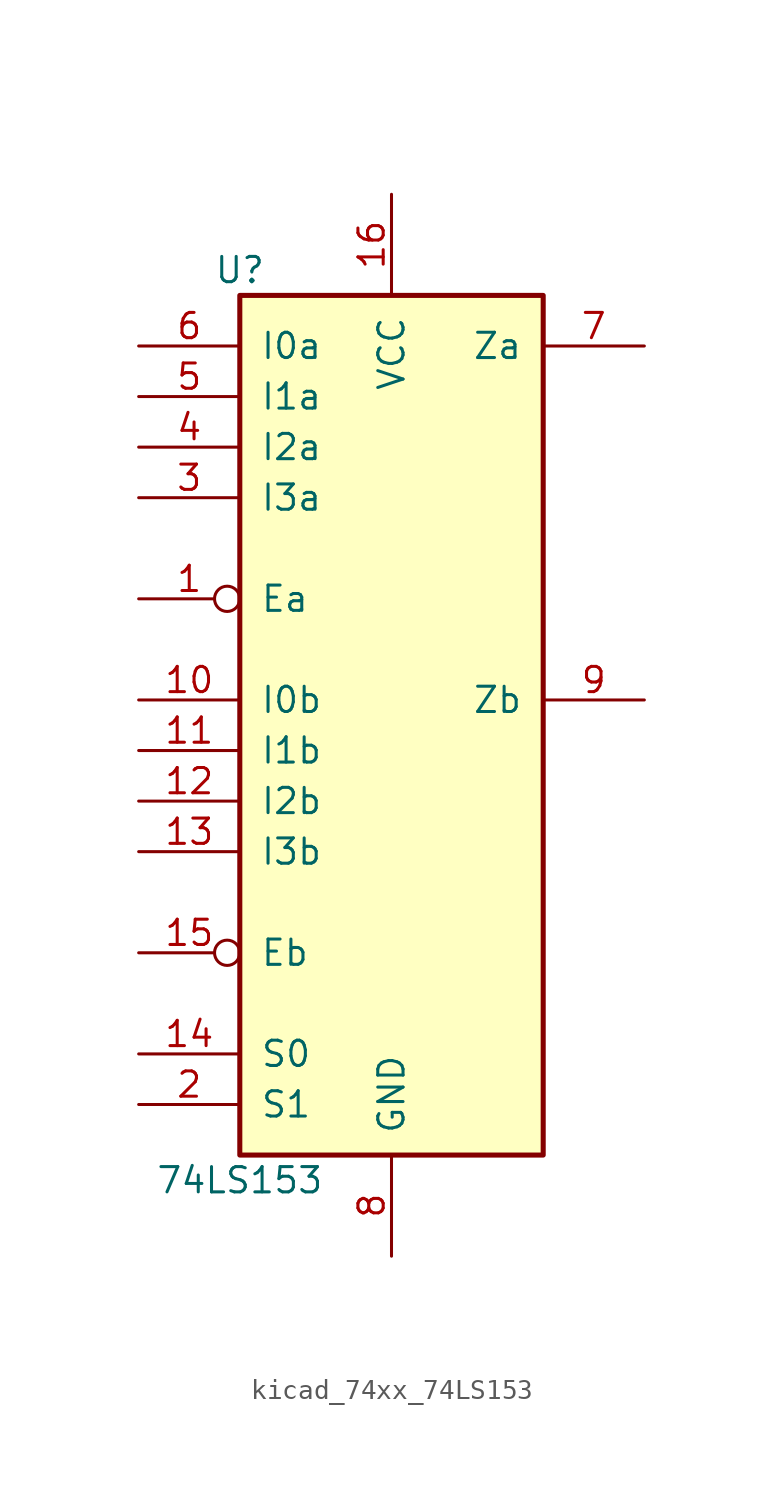
<source format=kicad_sym>
(kicad_symbol_lib
  (version 20220914)
  (generator kicad_symbol_editor)
  (symbol "kicad_74xx_74LS153"
    (pin_names
      (offset 1.016))
    (property "Reference" "U"
      (at -7.62 21.59 0)
      (effects (font (size 1.27 1.27))))
    (property "Value" "74LS153"
      (at -7.62 -24.13 0)
      (effects (font (size 1.27 1.27))))
    (property "ki_locked" ""
      (at 0 0 0)
      (effects (font (size 1.27 1.27))))
    (symbol "kicad_74xx_74LS153_1_0"
      (pin input inverted (at -12.7 5.08 0) (length 5.08) (name "Ea" (effects (font (size 1.27 1.27)))) (number "1" (effects (font (size 1.27 1.27)))))
      (pin input line (at -12.7 0 0) (length 5.08) (name "I0b" (effects (font (size 1.27 1.27)))) (number "10" (effects (font (size 1.27 1.27)))))
      (pin input line (at -12.7 -2.54 0) (length 5.08) (name "I1b" (effects (font (size 1.27 1.27)))) (number "11" (effects (font (size 1.27 1.27)))))
      (pin input line (at -12.7 -5.08 0) (length 5.08) (name "I2b" (effects (font (size 1.27 1.27)))) (number "12" (effects (font (size 1.27 1.27)))))
      (pin input line (at -12.7 -7.62 0) (length 5.08) (name "I3b" (effects (font (size 1.27 1.27)))) (number "13" (effects (font (size 1.27 1.27)))))
      (pin input line (at -12.7 -17.78 0) (length 5.08) (name "S0" (effects (font (size 1.27 1.27)))) (number "14" (effects (font (size 1.27 1.27)))))
      (pin input inverted (at -12.7 -12.7 0) (length 5.08) (name "Eb" (effects (font (size 1.27 1.27)))) (number "15" (effects (font (size 1.27 1.27)))))
      (pin power_in line (at 0 25.4 270) (length 5.08) (name "VCC" (effects (font (size 1.27 1.27)))) (number "16" (effects (font (size 1.27 1.27)))))
      (pin input line (at -12.7 -20.32 0) (length 5.08) (name "S1" (effects (font (size 1.27 1.27)))) (number "2" (effects (font (size 1.27 1.27)))))
      (pin input line (at -12.7 10.16 0) (length 5.08) (name "I3a" (effects (font (size 1.27 1.27)))) (number "3" (effects (font (size 1.27 1.27)))))
      (pin input line (at -12.7 12.7 0) (length 5.08) (name "I2a" (effects (font (size 1.27 1.27)))) (number "4" (effects (font (size 1.27 1.27)))))
      (pin input line (at -12.7 15.24 0) (length 5.08) (name "I1a" (effects (font (size 1.27 1.27)))) (number "5" (effects (font (size 1.27 1.27)))))
      (pin input line (at -12.7 17.78 0) (length 5.08) (name "I0a" (effects (font (size 1.27 1.27)))) (number "6" (effects (font (size 1.27 1.27)))))
      (pin output line (at 12.7 17.78 180) (length 5.08) (name "Za" (effects (font (size 1.27 1.27)))) (number "7" (effects (font (size 1.27 1.27)))))
      (pin power_in line (at 0 -27.94 90) (length 5.08) (name "GND" (effects (font (size 1.27 1.27)))) (number "8" (effects (font (size 1.27 1.27)))))
      (pin output line (at 12.7 0 180) (length 5.08) (name "Zb" (effects (font (size 1.27 1.27)))) (number "9" (effects (font (size 1.27 1.27))))))
    (symbol "kicad_74xx_74LS153_1_1"
      (rectangle (start -7.62 20.32) (end 7.62 -22.86) (stroke (width 0.254) (type default)) (fill (type background))))))
</source>
